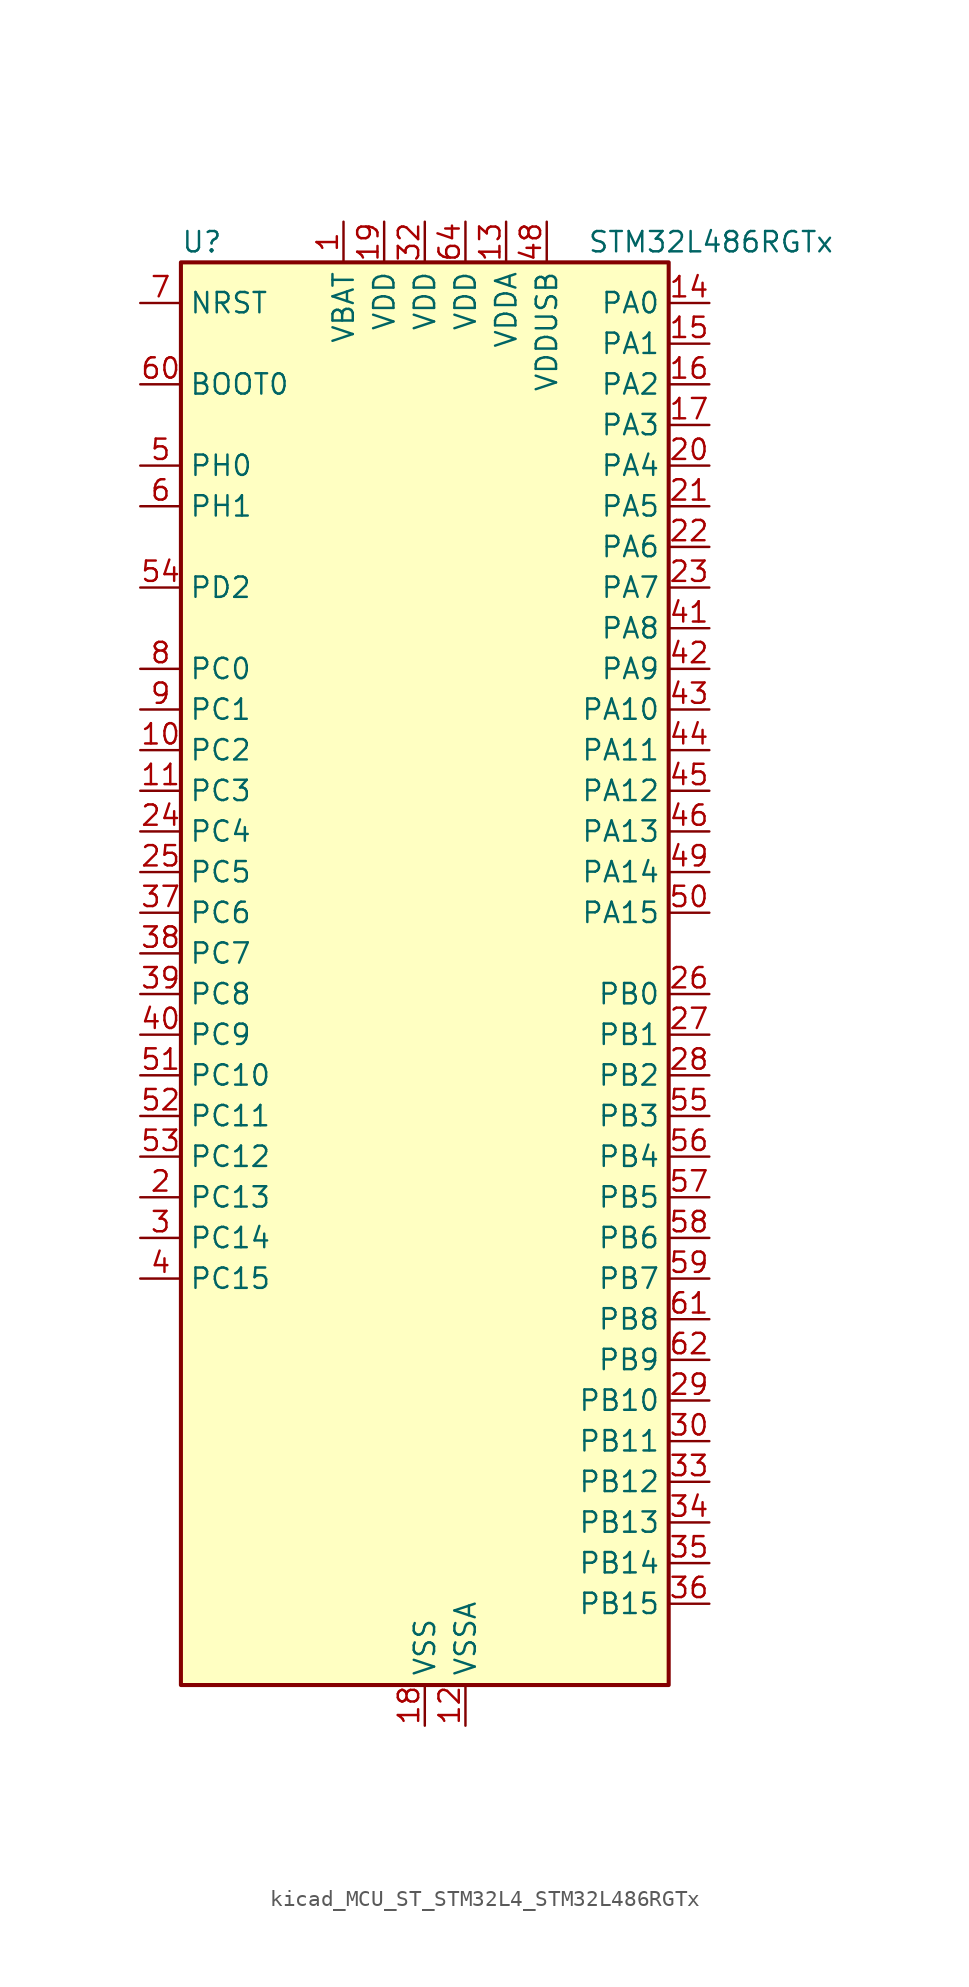
<source format=kicad_sym>
(kicad_symbol_lib
  (version 20220914)
  (generator kicad_symbol_editor)
  (symbol "kicad_MCU_ST_STM32L4_STM32L486RGTx"
    (property "Reference" "U"
      (at -15.24 46.99 0)
      (effects (font (size 1.27 1.27)) (justify left)))
    (property "Value" "STM32L486RGTx"
      (at 10.16 46.99 0)
      (effects (font (size 1.27 1.27)) (justify left)))
    (property "ki_locked" ""
      (at 0 0 0)
      (effects (font (size 1.27 1.27))))
    (symbol "kicad_MCU_ST_STM32L4_STM32L486RGTx_0_1"
      (rectangle (start -15.24 -43.18) (end 15.24 45.72) (stroke (width 0.254) (type default)) (fill (type background))))
    (symbol "kicad_MCU_ST_STM32L4_STM32L486RGTx_1_1"
      (pin power_in line (at -5.08 48.26 270) (length 2.54) (name "VBAT" (effects (font (size 1.27 1.27)))) (number "1" (effects (font (size 1.27 1.27)))))
      (pin bidirectional line (at -17.78 15.24 0) (length 2.54) (name "PC2" (effects (font (size 1.27 1.27)))) (number "10" (effects (font (size 1.27 1.27)))) (alternate "ADC1_IN3" bidirectional line) (alternate "ADC2_IN3" bidirectional line) (alternate "ADC3_IN3" bidirectional line) (alternate "DFSDM1_CKOUT" bidirectional line) (alternate "LCD_SEG20" bidirectional line) (alternate "LPTIM1_IN2" bidirectional line) (alternate "SPI2_MISO" bidirectional line))
      (pin bidirectional line (at -17.78 12.7 0) (length 2.54) (name "PC3" (effects (font (size 1.27 1.27)))) (number "11" (effects (font (size 1.27 1.27)))) (alternate "ADC1_IN4" bidirectional line) (alternate "ADC2_IN4" bidirectional line) (alternate "ADC3_IN4" bidirectional line) (alternate "LCD_VLCD" bidirectional line) (alternate "LPTIM1_ETR" bidirectional line) (alternate "LPTIM2_ETR" bidirectional line) (alternate "SAI1_SD_A" bidirectional line) (alternate "SPI2_MOSI" bidirectional line))
      (pin power_in line (at 2.54 -45.72 90) (length 2.54) (name "VSSA" (effects (font (size 1.27 1.27)))) (number "12" (effects (font (size 1.27 1.27)))))
      (pin power_in line (at 5.08 48.26 270) (length 2.54) (name "VDDA" (effects (font (size 1.27 1.27)))) (number "13" (effects (font (size 1.27 1.27)))))
      (pin bidirectional line (at 17.78 43.18 180) (length 2.54) (name "PA0" (effects (font (size 1.27 1.27)))) (number "14" (effects (font (size 1.27 1.27)))) (alternate "ADC1_IN5" bidirectional line) (alternate "ADC2_IN5" bidirectional line) (alternate "OPAMP1_VINP" bidirectional line) (alternate "RTC_TAMP2" bidirectional line) (alternate "SAI1_EXTCLK" bidirectional line) (alternate "SYS_WKUP1" bidirectional line) (alternate "TIM2_CH1" bidirectional line) (alternate "TIM2_ETR" bidirectional line) (alternate "TIM5_CH1" bidirectional line) (alternate "TIM8_ETR" bidirectional line) (alternate "UART4_TX" bidirectional line) (alternate "USART2_CTS" bidirectional line))
      (pin bidirectional line (at 17.78 40.64 180) (length 2.54) (name "PA1" (effects (font (size 1.27 1.27)))) (number "15" (effects (font (size 1.27 1.27)))) (alternate "ADC1_IN6" bidirectional line) (alternate "ADC2_IN6" bidirectional line) (alternate "LCD_SEG0" bidirectional line) (alternate "OPAMP1_VINM" bidirectional line) (alternate "TIM15_CH1N" bidirectional line) (alternate "TIM2_CH2" bidirectional line) (alternate "TIM5_CH2" bidirectional line) (alternate "UART4_RX" bidirectional line) (alternate "USART2_DE" bidirectional line) (alternate "USART2_RTS" bidirectional line))
      (pin bidirectional line (at 17.78 38.1 180) (length 2.54) (name "PA2" (effects (font (size 1.27 1.27)))) (number "16" (effects (font (size 1.27 1.27)))) (alternate "ADC1_IN7" bidirectional line) (alternate "ADC2_IN7" bidirectional line) (alternate "LCD_SEG1" bidirectional line) (alternate "RCC_LSCO" bidirectional line) (alternate "SAI2_EXTCLK" bidirectional line) (alternate "SYS_WKUP4" bidirectional line) (alternate "TIM15_CH1" bidirectional line) (alternate "TIM2_CH3" bidirectional line) (alternate "TIM5_CH3" bidirectional line) (alternate "USART2_TX" bidirectional line))
      (pin bidirectional line (at 17.78 35.56 180) (length 2.54) (name "PA3" (effects (font (size 1.27 1.27)))) (number "17" (effects (font (size 1.27 1.27)))) (alternate "ADC1_IN8" bidirectional line) (alternate "ADC2_IN8" bidirectional line) (alternate "LCD_SEG2" bidirectional line) (alternate "OPAMP1_VOUT" bidirectional line) (alternate "TIM15_CH2" bidirectional line) (alternate "TIM2_CH4" bidirectional line) (alternate "TIM5_CH4" bidirectional line) (alternate "USART2_RX" bidirectional line))
      (pin power_in line (at 0 -45.72 90) (length 2.54) (name "VSS" (effects (font (size 1.27 1.27)))) (number "18" (effects (font (size 1.27 1.27)))))
      (pin power_in line (at -2.54 48.26 270) (length 2.54) (name "VDD" (effects (font (size 1.27 1.27)))) (number "19" (effects (font (size 1.27 1.27)))))
      (pin bidirectional line (at -17.78 -12.7 0) (length 2.54) (name "PC13" (effects (font (size 1.27 1.27)))) (number "2" (effects (font (size 1.27 1.27)))) (alternate "RTC_OUT_ALARM" bidirectional line) (alternate "RTC_OUT_CALIB" bidirectional line) (alternate "RTC_TAMP1" bidirectional line) (alternate "RTC_TS" bidirectional line) (alternate "SYS_WKUP2" bidirectional line))
      (pin bidirectional line (at 17.78 33.02 180) (length 2.54) (name "PA4" (effects (font (size 1.27 1.27)))) (number "20" (effects (font (size 1.27 1.27)))) (alternate "ADC1_IN9" bidirectional line) (alternate "ADC2_IN9" bidirectional line) (alternate "DAC1_OUT1" bidirectional line) (alternate "LPTIM2_OUT" bidirectional line) (alternate "SAI1_FS_B" bidirectional line) (alternate "SPI1_NSS" bidirectional line) (alternate "SPI3_NSS" bidirectional line) (alternate "USART2_CK" bidirectional line))
      (pin bidirectional line (at 17.78 30.48 180) (length 2.54) (name "PA5" (effects (font (size 1.27 1.27)))) (number "21" (effects (font (size 1.27 1.27)))) (alternate "ADC1_IN10" bidirectional line) (alternate "ADC2_IN10" bidirectional line) (alternate "DAC1_OUT2" bidirectional line) (alternate "LPTIM2_ETR" bidirectional line) (alternate "SPI1_SCK" bidirectional line) (alternate "TIM2_CH1" bidirectional line) (alternate "TIM2_ETR" bidirectional line) (alternate "TIM8_CH1N" bidirectional line))
      (pin bidirectional line (at 17.78 27.94 180) (length 2.54) (name "PA6" (effects (font (size 1.27 1.27)))) (number "22" (effects (font (size 1.27 1.27)))) (alternate "ADC1_IN11" bidirectional line) (alternate "ADC2_IN11" bidirectional line) (alternate "LCD_SEG3" bidirectional line) (alternate "OPAMP2_VINP" bidirectional line) (alternate "QUADSPI_BK1_IO3" bidirectional line) (alternate "SPI1_MISO" bidirectional line) (alternate "TIM16_CH1" bidirectional line) (alternate "TIM1_BKIN" bidirectional line) (alternate "TIM1_BKIN_COMP2" bidirectional line) (alternate "TIM3_CH1" bidirectional line) (alternate "TIM8_BKIN" bidirectional line) (alternate "TIM8_BKIN_COMP2" bidirectional line) (alternate "USART3_CTS" bidirectional line))
      (pin bidirectional line (at 17.78 25.4 180) (length 2.54) (name "PA7" (effects (font (size 1.27 1.27)))) (number "23" (effects (font (size 1.27 1.27)))) (alternate "ADC1_IN12" bidirectional line) (alternate "ADC2_IN12" bidirectional line) (alternate "LCD_SEG4" bidirectional line) (alternate "OPAMP2_VINM" bidirectional line) (alternate "QUADSPI_BK1_IO2" bidirectional line) (alternate "SPI1_MOSI" bidirectional line) (alternate "TIM17_CH1" bidirectional line) (alternate "TIM1_CH1N" bidirectional line) (alternate "TIM3_CH2" bidirectional line) (alternate "TIM8_CH1N" bidirectional line))
      (pin bidirectional line (at -17.78 10.16 0) (length 2.54) (name "PC4" (effects (font (size 1.27 1.27)))) (number "24" (effects (font (size 1.27 1.27)))) (alternate "ADC1_IN13" bidirectional line) (alternate "ADC2_IN13" bidirectional line) (alternate "COMP1_INM" bidirectional line) (alternate "LCD_SEG22" bidirectional line) (alternate "USART3_TX" bidirectional line))
      (pin bidirectional line (at -17.78 7.62 0) (length 2.54) (name "PC5" (effects (font (size 1.27 1.27)))) (number "25" (effects (font (size 1.27 1.27)))) (alternate "ADC1_IN14" bidirectional line) (alternate "ADC2_IN14" bidirectional line) (alternate "COMP1_INP" bidirectional line) (alternate "LCD_SEG23" bidirectional line) (alternate "SYS_WKUP5" bidirectional line) (alternate "USART3_RX" bidirectional line))
      (pin bidirectional line (at 17.78 0 180) (length 2.54) (name "PB0" (effects (font (size 1.27 1.27)))) (number "26" (effects (font (size 1.27 1.27)))) (alternate "ADC1_IN15" bidirectional line) (alternate "ADC2_IN15" bidirectional line) (alternate "COMP1_OUT" bidirectional line) (alternate "LCD_SEG5" bidirectional line) (alternate "OPAMP2_VOUT" bidirectional line) (alternate "QUADSPI_BK1_IO1" bidirectional line) (alternate "TIM1_CH2N" bidirectional line) (alternate "TIM3_CH3" bidirectional line) (alternate "TIM8_CH2N" bidirectional line) (alternate "USART3_CK" bidirectional line))
      (pin bidirectional line (at 17.78 -2.54 180) (length 2.54) (name "PB1" (effects (font (size 1.27 1.27)))) (number "27" (effects (font (size 1.27 1.27)))) (alternate "ADC1_IN16" bidirectional line) (alternate "ADC2_IN16" bidirectional line) (alternate "COMP1_INM" bidirectional line) (alternate "DFSDM1_DATIN0" bidirectional line) (alternate "LCD_SEG6" bidirectional line) (alternate "LPTIM2_IN1" bidirectional line) (alternate "QUADSPI_BK1_IO0" bidirectional line) (alternate "TIM1_CH3N" bidirectional line) (alternate "TIM3_CH4" bidirectional line) (alternate "TIM8_CH3N" bidirectional line) (alternate "USART3_DE" bidirectional line) (alternate "USART3_RTS" bidirectional line))
      (pin bidirectional line (at 17.78 -5.08 180) (length 2.54) (name "PB2" (effects (font (size 1.27 1.27)))) (number "28" (effects (font (size 1.27 1.27)))) (alternate "COMP1_INP" bidirectional line) (alternate "DFSDM1_CKIN0" bidirectional line) (alternate "I2C3_SMBA" bidirectional line) (alternate "LPTIM1_OUT" bidirectional line) (alternate "RTC_OUT_ALARM" bidirectional line) (alternate "RTC_OUT_CALIB" bidirectional line))
      (pin bidirectional line (at 17.78 -25.4 180) (length 2.54) (name "PB10" (effects (font (size 1.27 1.27)))) (number "29" (effects (font (size 1.27 1.27)))) (alternate "COMP1_OUT" bidirectional line) (alternate "DFSDM1_DATIN7" bidirectional line) (alternate "I2C2_SCL" bidirectional line) (alternate "LCD_SEG10" bidirectional line) (alternate "LPUART1_RX" bidirectional line) (alternate "QUADSPI_CLK" bidirectional line) (alternate "SAI1_SCK_A" bidirectional line) (alternate "SPI2_SCK" bidirectional line) (alternate "TIM2_CH3" bidirectional line) (alternate "USART3_TX" bidirectional line))
      (pin bidirectional line (at -17.78 -15.24 0) (length 2.54) (name "PC14" (effects (font (size 1.27 1.27)))) (number "3" (effects (font (size 1.27 1.27)))) (alternate "RCC_OSC32_IN" bidirectional line))
      (pin bidirectional line (at 17.78 -27.94 180) (length 2.54) (name "PB11" (effects (font (size 1.27 1.27)))) (number "30" (effects (font (size 1.27 1.27)))) (alternate "ADC1_EXTI11" bidirectional line) (alternate "ADC2_EXTI11" bidirectional line) (alternate "ADC3_EXTI11" bidirectional line) (alternate "COMP2_OUT" bidirectional line) (alternate "DFSDM1_CKIN7" bidirectional line) (alternate "I2C2_SDA" bidirectional line) (alternate "LCD_SEG11" bidirectional line) (alternate "LPUART1_TX" bidirectional line) (alternate "QUADSPI_NCS" bidirectional line) (alternate "TIM2_CH4" bidirectional line) (alternate "USART3_RX" bidirectional line))
      (pin passive line (at 0 -45.72 90) (length 2.54) hide (name "VSS" (effects (font (size 1.27 1.27)))) (number "31" (effects (font (size 1.27 1.27)))))
      (pin power_in line (at 0 48.26 270) (length 2.54) (name "VDD" (effects (font (size 1.27 1.27)))) (number "32" (effects (font (size 1.27 1.27)))))
      (pin bidirectional line (at 17.78 -30.48 180) (length 2.54) (name "PB12" (effects (font (size 1.27 1.27)))) (number "33" (effects (font (size 1.27 1.27)))) (alternate "DFSDM1_DATIN1" bidirectional line) (alternate "I2C2_SMBA" bidirectional line) (alternate "LCD_SEG12" bidirectional line) (alternate "LPUART1_DE" bidirectional line) (alternate "LPUART1_RTS" bidirectional line) (alternate "SAI2_FS_A" bidirectional line) (alternate "SPI2_NSS" bidirectional line) (alternate "SWPMI1_IO" bidirectional line) (alternate "TIM15_BKIN" bidirectional line) (alternate "TIM1_BKIN" bidirectional line) (alternate "TIM1_BKIN_COMP2" bidirectional line) (alternate "TSC_G1_IO1" bidirectional line) (alternate "USART3_CK" bidirectional line))
      (pin bidirectional line (at 17.78 -33.02 180) (length 2.54) (name "PB13" (effects (font (size 1.27 1.27)))) (number "34" (effects (font (size 1.27 1.27)))) (alternate "DFSDM1_CKIN1" bidirectional line) (alternate "I2C2_SCL" bidirectional line) (alternate "LCD_SEG13" bidirectional line) (alternate "LPUART1_CTS" bidirectional line) (alternate "SAI2_SCK_A" bidirectional line) (alternate "SPI2_SCK" bidirectional line) (alternate "SWPMI1_TX" bidirectional line) (alternate "TIM15_CH1N" bidirectional line) (alternate "TIM1_CH1N" bidirectional line) (alternate "TSC_G1_IO2" bidirectional line) (alternate "USART3_CTS" bidirectional line))
      (pin bidirectional line (at 17.78 -35.56 180) (length 2.54) (name "PB14" (effects (font (size 1.27 1.27)))) (number "35" (effects (font (size 1.27 1.27)))) (alternate "DFSDM1_DATIN2" bidirectional line) (alternate "I2C2_SDA" bidirectional line) (alternate "LCD_SEG14" bidirectional line) (alternate "SAI2_MCLK_A" bidirectional line) (alternate "SPI2_MISO" bidirectional line) (alternate "SWPMI1_RX" bidirectional line) (alternate "TIM15_CH1" bidirectional line) (alternate "TIM1_CH2N" bidirectional line) (alternate "TIM8_CH2N" bidirectional line) (alternate "TSC_G1_IO3" bidirectional line) (alternate "USART3_DE" bidirectional line) (alternate "USART3_RTS" bidirectional line))
      (pin bidirectional line (at 17.78 -38.1 180) (length 2.54) (name "PB15" (effects (font (size 1.27 1.27)))) (number "36" (effects (font (size 1.27 1.27)))) (alternate "ADC1_EXTI15" bidirectional line) (alternate "ADC2_EXTI15" bidirectional line) (alternate "ADC3_EXTI15" bidirectional line) (alternate "DFSDM1_CKIN2" bidirectional line) (alternate "LCD_SEG15" bidirectional line) (alternate "RTC_REFIN" bidirectional line) (alternate "SAI2_SD_A" bidirectional line) (alternate "SPI2_MOSI" bidirectional line) (alternate "SWPMI1_SUSPEND" bidirectional line) (alternate "TIM15_CH2" bidirectional line) (alternate "TIM1_CH3N" bidirectional line) (alternate "TIM8_CH3N" bidirectional line) (alternate "TSC_G1_IO4" bidirectional line))
      (pin bidirectional line (at -17.78 5.08 0) (length 2.54) (name "PC6" (effects (font (size 1.27 1.27)))) (number "37" (effects (font (size 1.27 1.27)))) (alternate "DFSDM1_CKIN3" bidirectional line) (alternate "LCD_SEG24" bidirectional line) (alternate "SAI2_MCLK_A" bidirectional line) (alternate "SDMMC1_D6" bidirectional line) (alternate "TIM3_CH1" bidirectional line) (alternate "TIM8_CH1" bidirectional line) (alternate "TSC_G4_IO1" bidirectional line))
      (pin bidirectional line (at -17.78 2.54 0) (length 2.54) (name "PC7" (effects (font (size 1.27 1.27)))) (number "38" (effects (font (size 1.27 1.27)))) (alternate "DFSDM1_DATIN3" bidirectional line) (alternate "LCD_SEG25" bidirectional line) (alternate "SAI2_MCLK_B" bidirectional line) (alternate "SDMMC1_D7" bidirectional line) (alternate "TIM3_CH2" bidirectional line) (alternate "TIM8_CH2" bidirectional line) (alternate "TSC_G4_IO2" bidirectional line))
      (pin bidirectional line (at -17.78 0 0) (length 2.54) (name "PC8" (effects (font (size 1.27 1.27)))) (number "39" (effects (font (size 1.27 1.27)))) (alternate "LCD_SEG26" bidirectional line) (alternate "SDMMC1_D0" bidirectional line) (alternate "TIM3_CH3" bidirectional line) (alternate "TIM8_CH3" bidirectional line) (alternate "TSC_G4_IO3" bidirectional line))
      (pin bidirectional line (at -17.78 -17.78 0) (length 2.54) (name "PC15" (effects (font (size 1.27 1.27)))) (number "4" (effects (font (size 1.27 1.27)))) (alternate "ADC1_EXTI15" bidirectional line) (alternate "ADC2_EXTI15" bidirectional line) (alternate "ADC3_EXTI15" bidirectional line) (alternate "RCC_OSC32_OUT" bidirectional line))
      (pin bidirectional line (at -17.78 -2.54 0) (length 2.54) (name "PC9" (effects (font (size 1.27 1.27)))) (number "40" (effects (font (size 1.27 1.27)))) (alternate "DAC1_EXTI9" bidirectional line) (alternate "LCD_SEG27" bidirectional line) (alternate "SAI2_EXTCLK" bidirectional line) (alternate "SDMMC1_D1" bidirectional line) (alternate "TIM3_CH4" bidirectional line) (alternate "TIM8_BKIN2" bidirectional line) (alternate "TIM8_BKIN2_COMP1" bidirectional line) (alternate "TIM8_CH4" bidirectional line) (alternate "TSC_G4_IO4" bidirectional line) (alternate "USB_OTG_FS_NOE" bidirectional line))
      (pin bidirectional line (at 17.78 22.86 180) (length 2.54) (name "PA8" (effects (font (size 1.27 1.27)))) (number "41" (effects (font (size 1.27 1.27)))) (alternate "LCD_COM0" bidirectional line) (alternate "LPTIM2_OUT" bidirectional line) (alternate "RCC_MCO" bidirectional line) (alternate "TIM1_CH1" bidirectional line) (alternate "USART1_CK" bidirectional line) (alternate "USB_OTG_FS_SOF" bidirectional line))
      (pin bidirectional line (at 17.78 20.32 180) (length 2.54) (name "PA9" (effects (font (size 1.27 1.27)))) (number "42" (effects (font (size 1.27 1.27)))) (alternate "DAC1_EXTI9" bidirectional line) (alternate "LCD_COM1" bidirectional line) (alternate "TIM15_BKIN" bidirectional line) (alternate "TIM1_CH2" bidirectional line) (alternate "USART1_TX" bidirectional line) (alternate "USB_OTG_FS_VBUS" bidirectional line))
      (pin bidirectional line (at 17.78 17.78 180) (length 2.54) (name "PA10" (effects (font (size 1.27 1.27)))) (number "43" (effects (font (size 1.27 1.27)))) (alternate "LCD_COM2" bidirectional line) (alternate "TIM17_BKIN" bidirectional line) (alternate "TIM1_CH3" bidirectional line) (alternate "USART1_RX" bidirectional line) (alternate "USB_OTG_FS_ID" bidirectional line))
      (pin bidirectional line (at 17.78 15.24 180) (length 2.54) (name "PA11" (effects (font (size 1.27 1.27)))) (number "44" (effects (font (size 1.27 1.27)))) (alternate "ADC1_EXTI11" bidirectional line) (alternate "ADC2_EXTI11" bidirectional line) (alternate "ADC3_EXTI11" bidirectional line) (alternate "CAN1_RX" bidirectional line) (alternate "TIM1_BKIN2" bidirectional line) (alternate "TIM1_BKIN2_COMP1" bidirectional line) (alternate "TIM1_CH4" bidirectional line) (alternate "USART1_CTS" bidirectional line) (alternate "USB_OTG_FS_DM" bidirectional line))
      (pin bidirectional line (at 17.78 12.7 180) (length 2.54) (name "PA12" (effects (font (size 1.27 1.27)))) (number "45" (effects (font (size 1.27 1.27)))) (alternate "CAN1_TX" bidirectional line) (alternate "TIM1_ETR" bidirectional line) (alternate "USART1_DE" bidirectional line) (alternate "USART1_RTS" bidirectional line) (alternate "USB_OTG_FS_DP" bidirectional line))
      (pin bidirectional line (at 17.78 10.16 180) (length 2.54) (name "PA13" (effects (font (size 1.27 1.27)))) (number "46" (effects (font (size 1.27 1.27)))) (alternate "IR_OUT" bidirectional line) (alternate "SYS_JTMS-SWDIO" bidirectional line) (alternate "USB_OTG_FS_NOE" bidirectional line))
      (pin passive line (at 0 -45.72 90) (length 2.54) hide (name "VSS" (effects (font (size 1.27 1.27)))) (number "47" (effects (font (size 1.27 1.27)))))
      (pin power_in line (at 7.62 48.26 270) (length 2.54) (name "VDDUSB" (effects (font (size 1.27 1.27)))) (number "48" (effects (font (size 1.27 1.27)))))
      (pin bidirectional line (at 17.78 7.62 180) (length 2.54) (name "PA14" (effects (font (size 1.27 1.27)))) (number "49" (effects (font (size 1.27 1.27)))) (alternate "SYS_JTCK-SWCLK" bidirectional line))
      (pin bidirectional line (at -17.78 33.02 0) (length 2.54) (name "PH0" (effects (font (size 1.27 1.27)))) (number "5" (effects (font (size 1.27 1.27)))) (alternate "RCC_OSC_IN" bidirectional line))
      (pin bidirectional line (at 17.78 5.08 180) (length 2.54) (name "PA15" (effects (font (size 1.27 1.27)))) (number "50" (effects (font (size 1.27 1.27)))) (alternate "ADC1_EXTI15" bidirectional line) (alternate "ADC2_EXTI15" bidirectional line) (alternate "ADC3_EXTI15" bidirectional line) (alternate "LCD_SEG17" bidirectional line) (alternate "SAI2_FS_B" bidirectional line) (alternate "SPI1_NSS" bidirectional line) (alternate "SPI3_NSS" bidirectional line) (alternate "SYS_JTDI" bidirectional line) (alternate "TIM2_CH1" bidirectional line) (alternate "TIM2_ETR" bidirectional line) (alternate "TSC_G3_IO1" bidirectional line) (alternate "UART4_DE" bidirectional line) (alternate "UART4_RTS" bidirectional line))
      (pin bidirectional line (at -17.78 -5.08 0) (length 2.54) (name "PC10" (effects (font (size 1.27 1.27)))) (number "51" (effects (font (size 1.27 1.27)))) (alternate "LCD_COM4" bidirectional line) (alternate "LCD_SEG28" bidirectional line) (alternate "LCD_SEG40" bidirectional line) (alternate "SAI2_SCK_B" bidirectional line) (alternate "SDMMC1_D2" bidirectional line) (alternate "SPI3_SCK" bidirectional line) (alternate "TSC_G3_IO2" bidirectional line) (alternate "UART4_TX" bidirectional line) (alternate "USART3_TX" bidirectional line))
      (pin bidirectional line (at -17.78 -7.62 0) (length 2.54) (name "PC11" (effects (font (size 1.27 1.27)))) (number "52" (effects (font (size 1.27 1.27)))) (alternate "ADC1_EXTI11" bidirectional line) (alternate "ADC2_EXTI11" bidirectional line) (alternate "ADC3_EXTI11" bidirectional line) (alternate "LCD_COM5" bidirectional line) (alternate "LCD_SEG29" bidirectional line) (alternate "LCD_SEG41" bidirectional line) (alternate "SAI2_MCLK_B" bidirectional line) (alternate "SDMMC1_D3" bidirectional line) (alternate "SPI3_MISO" bidirectional line) (alternate "TSC_G3_IO3" bidirectional line) (alternate "UART4_RX" bidirectional line) (alternate "USART3_RX" bidirectional line))
      (pin bidirectional line (at -17.78 -10.16 0) (length 2.54) (name "PC12" (effects (font (size 1.27 1.27)))) (number "53" (effects (font (size 1.27 1.27)))) (alternate "LCD_COM6" bidirectional line) (alternate "LCD_SEG30" bidirectional line) (alternate "LCD_SEG42" bidirectional line) (alternate "SAI2_SD_B" bidirectional line) (alternate "SDMMC1_CK" bidirectional line) (alternate "SPI3_MOSI" bidirectional line) (alternate "TSC_G3_IO4" bidirectional line) (alternate "UART5_TX" bidirectional line) (alternate "USART3_CK" bidirectional line))
      (pin bidirectional line (at -17.78 25.4 0) (length 2.54) (name "PD2" (effects (font (size 1.27 1.27)))) (number "54" (effects (font (size 1.27 1.27)))) (alternate "LCD_COM7" bidirectional line) (alternate "LCD_SEG31" bidirectional line) (alternate "LCD_SEG43" bidirectional line) (alternate "SDMMC1_CMD" bidirectional line) (alternate "TIM3_ETR" bidirectional line) (alternate "TSC_SYNC" bidirectional line) (alternate "UART5_RX" bidirectional line) (alternate "USART3_DE" bidirectional line) (alternate "USART3_RTS" bidirectional line))
      (pin bidirectional line (at 17.78 -7.62 180) (length 2.54) (name "PB3" (effects (font (size 1.27 1.27)))) (number "55" (effects (font (size 1.27 1.27)))) (alternate "COMP2_INM" bidirectional line) (alternate "LCD_SEG7" bidirectional line) (alternate "SAI1_SCK_B" bidirectional line) (alternate "SPI1_SCK" bidirectional line) (alternate "SPI3_SCK" bidirectional line) (alternate "SYS_JTDO-SWO" bidirectional line) (alternate "TIM2_CH2" bidirectional line) (alternate "USART1_DE" bidirectional line) (alternate "USART1_RTS" bidirectional line))
      (pin bidirectional line (at 17.78 -10.16 180) (length 2.54) (name "PB4" (effects (font (size 1.27 1.27)))) (number "56" (effects (font (size 1.27 1.27)))) (alternate "COMP2_INP" bidirectional line) (alternate "LCD_SEG8" bidirectional line) (alternate "SAI1_MCLK_B" bidirectional line) (alternate "SPI1_MISO" bidirectional line) (alternate "SPI3_MISO" bidirectional line) (alternate "SYS_JTRST" bidirectional line) (alternate "TIM17_BKIN" bidirectional line) (alternate "TIM3_CH1" bidirectional line) (alternate "TSC_G2_IO1" bidirectional line) (alternate "UART5_DE" bidirectional line) (alternate "UART5_RTS" bidirectional line) (alternate "USART1_CTS" bidirectional line))
      (pin bidirectional line (at 17.78 -12.7 180) (length 2.54) (name "PB5" (effects (font (size 1.27 1.27)))) (number "57" (effects (font (size 1.27 1.27)))) (alternate "COMP2_OUT" bidirectional line) (alternate "I2C1_SMBA" bidirectional line) (alternate "LCD_SEG9" bidirectional line) (alternate "LPTIM1_IN1" bidirectional line) (alternate "SAI1_SD_B" bidirectional line) (alternate "SPI1_MOSI" bidirectional line) (alternate "SPI3_MOSI" bidirectional line) (alternate "TIM16_BKIN" bidirectional line) (alternate "TIM3_CH2" bidirectional line) (alternate "TSC_G2_IO2" bidirectional line) (alternate "UART5_CTS" bidirectional line) (alternate "USART1_CK" bidirectional line))
      (pin bidirectional line (at 17.78 -15.24 180) (length 2.54) (name "PB6" (effects (font (size 1.27 1.27)))) (number "58" (effects (font (size 1.27 1.27)))) (alternate "COMP2_INP" bidirectional line) (alternate "DFSDM1_DATIN5" bidirectional line) (alternate "I2C1_SCL" bidirectional line) (alternate "LPTIM1_ETR" bidirectional line) (alternate "SAI1_FS_B" bidirectional line) (alternate "TIM16_CH1N" bidirectional line) (alternate "TIM4_CH1" bidirectional line) (alternate "TIM8_BKIN2" bidirectional line) (alternate "TIM8_BKIN2_COMP2" bidirectional line) (alternate "TSC_G2_IO3" bidirectional line) (alternate "USART1_TX" bidirectional line))
      (pin bidirectional line (at 17.78 -17.78 180) (length 2.54) (name "PB7" (effects (font (size 1.27 1.27)))) (number "59" (effects (font (size 1.27 1.27)))) (alternate "COMP2_INM" bidirectional line) (alternate "DFSDM1_CKIN5" bidirectional line) (alternate "I2C1_SDA" bidirectional line) (alternate "LCD_SEG21" bidirectional line) (alternate "LPTIM1_IN2" bidirectional line) (alternate "SYS_PVD_IN" bidirectional line) (alternate "TIM17_CH1N" bidirectional line) (alternate "TIM4_CH2" bidirectional line) (alternate "TIM8_BKIN" bidirectional line) (alternate "TIM8_BKIN_COMP1" bidirectional line) (alternate "TSC_G2_IO4" bidirectional line) (alternate "UART4_CTS" bidirectional line) (alternate "USART1_RX" bidirectional line))
      (pin bidirectional line (at -17.78 30.48 0) (length 2.54) (name "PH1" (effects (font (size 1.27 1.27)))) (number "6" (effects (font (size 1.27 1.27)))) (alternate "RCC_OSC_OUT" bidirectional line))
      (pin input line (at -17.78 38.1 0) (length 2.54) (name "BOOT0" (effects (font (size 1.27 1.27)))) (number "60" (effects (font (size 1.27 1.27)))))
      (pin bidirectional line (at 17.78 -20.32 180) (length 2.54) (name "PB8" (effects (font (size 1.27 1.27)))) (number "61" (effects (font (size 1.27 1.27)))) (alternate "CAN1_RX" bidirectional line) (alternate "DFSDM1_DATIN6" bidirectional line) (alternate "I2C1_SCL" bidirectional line) (alternate "LCD_SEG16" bidirectional line) (alternate "SAI1_MCLK_A" bidirectional line) (alternate "SDMMC1_D4" bidirectional line) (alternate "TIM16_CH1" bidirectional line) (alternate "TIM4_CH3" bidirectional line))
      (pin bidirectional line (at 17.78 -22.86 180) (length 2.54) (name "PB9" (effects (font (size 1.27 1.27)))) (number "62" (effects (font (size 1.27 1.27)))) (alternate "CAN1_TX" bidirectional line) (alternate "DAC1_EXTI9" bidirectional line) (alternate "DFSDM1_CKIN6" bidirectional line) (alternate "I2C1_SDA" bidirectional line) (alternate "IR_OUT" bidirectional line) (alternate "LCD_COM3" bidirectional line) (alternate "SAI1_FS_A" bidirectional line) (alternate "SDMMC1_D5" bidirectional line) (alternate "SPI2_NSS" bidirectional line) (alternate "TIM17_CH1" bidirectional line) (alternate "TIM4_CH4" bidirectional line))
      (pin passive line (at 0 -45.72 90) (length 2.54) hide (name "VSS" (effects (font (size 1.27 1.27)))) (number "63" (effects (font (size 1.27 1.27)))))
      (pin power_in line (at 2.54 48.26 270) (length 2.54) (name "VDD" (effects (font (size 1.27 1.27)))) (number "64" (effects (font (size 1.27 1.27)))))
      (pin input line (at -17.78 43.18 0) (length 2.54) (name "NRST" (effects (font (size 1.27 1.27)))) (number "7" (effects (font (size 1.27 1.27)))))
      (pin bidirectional line (at -17.78 20.32 0) (length 2.54) (name "PC0" (effects (font (size 1.27 1.27)))) (number "8" (effects (font (size 1.27 1.27)))) (alternate "ADC1_IN1" bidirectional line) (alternate "ADC2_IN1" bidirectional line) (alternate "ADC3_IN1" bidirectional line) (alternate "DFSDM1_DATIN4" bidirectional line) (alternate "I2C3_SCL" bidirectional line) (alternate "LCD_SEG18" bidirectional line) (alternate "LPTIM1_IN1" bidirectional line) (alternate "LPTIM2_IN1" bidirectional line) (alternate "LPUART1_RX" bidirectional line))
      (pin bidirectional line (at -17.78 17.78 0) (length 2.54) (name "PC1" (effects (font (size 1.27 1.27)))) (number "9" (effects (font (size 1.27 1.27)))) (alternate "ADC1_IN2" bidirectional line) (alternate "ADC2_IN2" bidirectional line) (alternate "ADC3_IN2" bidirectional line) (alternate "DFSDM1_CKIN4" bidirectional line) (alternate "I2C3_SDA" bidirectional line) (alternate "LCD_SEG19" bidirectional line) (alternate "LPTIM1_OUT" bidirectional line) (alternate "LPUART1_TX" bidirectional line)))))
</source>
